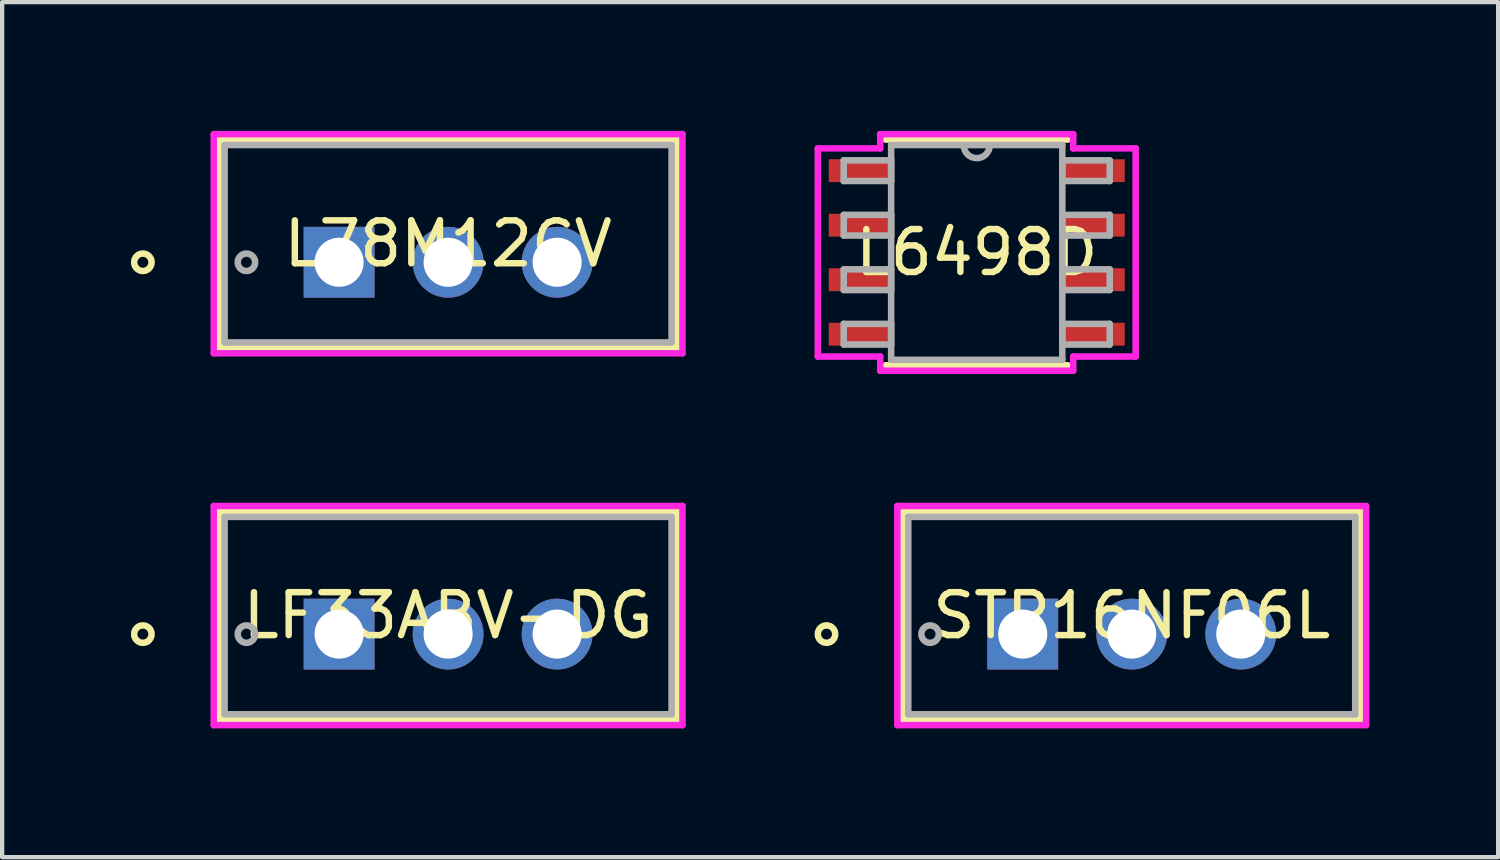
<source format=kicad_pcb>
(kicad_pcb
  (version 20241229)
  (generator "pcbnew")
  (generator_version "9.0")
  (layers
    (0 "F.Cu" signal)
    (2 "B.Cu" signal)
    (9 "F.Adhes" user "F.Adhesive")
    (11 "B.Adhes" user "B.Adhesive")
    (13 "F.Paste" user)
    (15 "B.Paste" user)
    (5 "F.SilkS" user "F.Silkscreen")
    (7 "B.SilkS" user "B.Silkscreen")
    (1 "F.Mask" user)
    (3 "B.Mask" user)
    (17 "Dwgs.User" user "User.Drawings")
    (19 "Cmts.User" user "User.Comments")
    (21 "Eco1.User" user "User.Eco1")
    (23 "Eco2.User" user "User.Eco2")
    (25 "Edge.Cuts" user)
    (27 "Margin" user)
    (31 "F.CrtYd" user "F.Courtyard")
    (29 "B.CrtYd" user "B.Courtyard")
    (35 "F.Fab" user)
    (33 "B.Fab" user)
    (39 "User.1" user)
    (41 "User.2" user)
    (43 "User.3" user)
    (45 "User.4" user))
  (footprint "L6498D"
    (layer "F.Cu")
    (at 19.708 2.832)
    (property "Reference" "L6498D" (at 0 0 0) (layer "F.SilkS") (effects (font (size 1 1) (thickness 0.15))))
    (attr through_hole)
    (fp_line (start -2.121 2.629) (end 2.121 2.629) (stroke (width 0.152) (type solid)) (layer "F.SilkS"))
    (fp_line (start 2.121 -2.629) (end -2.121 -2.629) (stroke (width 0.152) (type solid)) (layer "F.SilkS"))
    (fp_line (start -3.703 -2.425) (end -2.248 -2.425) (stroke (width 0.152) (type solid)) (layer "F.CrtYd"))
    (fp_line (start -3.703 2.425) (end -3.703 -2.425) (stroke (width 0.152) (type solid)) (layer "F.CrtYd"))
    (fp_line (start -2.248 -2.756) (end 2.248 -2.756) (stroke (width 0.152) (type solid)) (layer "F.CrtYd"))
    (fp_line (start -2.248 -2.425) (end -2.248 -2.756) (stroke (width 0.152) (type solid)) (layer "F.CrtYd"))
    (fp_line (start -2.248 2.425) (end -3.703 2.425) (stroke (width 0.152) (type solid)) (layer "F.CrtYd"))
    (fp_line (start -2.248 2.756) (end -2.248 2.425) (stroke (width 0.152) (type solid)) (layer "F.CrtYd"))
    (fp_line (start 2.248 -2.756) (end 2.248 -2.425) (stroke (width 0.152) (type solid)) (layer "F.CrtYd"))
    (fp_line (start 2.248 -2.425) (end 3.703 -2.425) (stroke (width 0.152) (type solid)) (layer "F.CrtYd"))
    (fp_line (start 2.248 2.425) (end 2.248 2.756) (stroke (width 0.152) (type solid)) (layer "F.CrtYd"))
    (fp_line (start 2.248 2.756) (end -2.248 2.756) (stroke (width 0.152) (type solid)) (layer "F.CrtYd"))
    (fp_line (start 3.703 -2.425) (end 3.703 2.425) (stroke (width 0.152) (type solid)) (layer "F.CrtYd"))
    (fp_line (start 3.703 2.425) (end 2.248 2.425) (stroke (width 0.152) (type solid)) (layer "F.CrtYd"))
    (fp_line (start -3.099 -2.146) (end -3.099 -1.664) (stroke (width 0.152) (type solid)) (layer "F.Fab"))
    (fp_line (start -3.099 -1.664) (end -1.994 -1.664) (stroke (width 0.152) (type solid)) (layer "F.Fab"))
    (fp_line (start -3.099 -0.876) (end -3.099 -0.394) (stroke (width 0.152) (type solid)) (layer "F.Fab"))
    (fp_line (start -3.099 -0.394) (end -1.994 -0.394) (stroke (width 0.152) (type solid)) (layer "F.Fab"))
    (fp_line (start -3.099 0.394) (end -3.099 0.876) (stroke (width 0.152) (type solid)) (layer "F.Fab"))
    (fp_line (start -3.099 0.876) (end -1.994 0.876) (stroke (width 0.152) (type solid)) (layer "F.Fab"))
    (fp_line (start -3.099 1.664) (end -3.099 2.146) (stroke (width 0.152) (type solid)) (layer "F.Fab"))
    (fp_line (start -3.099 2.146) (end -1.994 2.146) (stroke (width 0.152) (type solid)) (layer "F.Fab"))
    (fp_line (start -1.994 -2.502) (end -1.994 2.502) (stroke (width 0.152) (type solid)) (layer "F.Fab"))
    (fp_line (start -1.994 -2.146) (end -3.099 -2.146) (stroke (width 0.152) (type solid)) (layer "F.Fab"))
    (fp_line (start -1.994 -1.664) (end -1.994 -2.146) (stroke (width 0.152) (type solid)) (layer "F.Fab"))
    (fp_line (start -1.994 -0.876) (end -3.099 -0.876) (stroke (width 0.152) (type solid)) (layer "F.Fab"))
    (fp_line (start -1.994 -0.394) (end -1.994 -0.876) (stroke (width 0.152) (type solid)) (layer "F.Fab"))
    (fp_line (start -1.994 0.394) (end -3.099 0.394) (stroke (width 0.152) (type solid)) (layer "F.Fab"))
    (fp_line (start -1.994 0.876) (end -1.994 0.394) (stroke (width 0.152) (type solid)) (layer "F.Fab"))
    (fp_line (start -1.994 1.664) (end -3.099 1.664) (stroke (width 0.152) (type solid)) (layer "F.Fab"))
    (fp_line (start -1.994 2.146) (end -1.994 1.664) (stroke (width 0.152) (type solid)) (layer "F.Fab"))
    (fp_line (start -1.994 2.502) (end 1.994 2.502) (stroke (width 0.152) (type solid)) (layer "F.Fab"))
    (fp_line (start 1.994 -2.502) (end -1.994 -2.502) (stroke (width 0.152) (type solid)) (layer "F.Fab"))
    (fp_line (start 1.994 -2.146) (end 1.994 -1.664) (stroke (width 0.152) (type solid)) (layer "F.Fab"))
    (fp_line (start 1.994 -1.664) (end 3.099 -1.664) (stroke (width 0.152) (type solid)) (layer "F.Fab"))
    (fp_line (start 1.994 -0.876) (end 1.994 -0.394) (stroke (width 0.152) (type solid)) (layer "F.Fab"))
    (fp_line (start 1.994 -0.394) (end 3.099 -0.394) (stroke (width 0.152) (type solid)) (layer "F.Fab"))
    (fp_line (start 1.994 0.394) (end 1.994 0.876) (stroke (width 0.152) (type solid)) (layer "F.Fab"))
    (fp_line (start 1.994 0.876) (end 3.099 0.876) (stroke (width 0.152) (type solid)) (layer "F.Fab"))
    (fp_line (start 1.994 1.664) (end 1.994 2.146) (stroke (width 0.152) (type solid)) (layer "F.Fab"))
    (fp_line (start 1.994 2.146) (end 3.099 2.146) (stroke (width 0.152) (type solid)) (layer "F.Fab"))
    (fp_line (start 1.994 2.502) (end 1.994 -2.502) (stroke (width 0.152) (type solid)) (layer "F.Fab"))
    (fp_line (start 3.099 -2.146) (end 1.994 -2.146) (stroke (width 0.152) (type solid)) (layer "F.Fab"))
    (fp_line (start 3.099 -1.664) (end 3.099 -2.146) (stroke (width 0.152) (type solid)) (layer "F.Fab"))
    (fp_line (start 3.099 -0.876) (end 1.994 -0.876) (stroke (width 0.152) (type solid)) (layer "F.Fab"))
    (fp_line (start 3.099 -0.394) (end 3.099 -0.876) (stroke (width 0.152) (type solid)) (layer "F.Fab"))
    (fp_line (start 3.099 0.394) (end 1.994 0.394) (stroke (width 0.152) (type solid)) (layer "F.Fab"))
    (fp_line (start 3.099 0.876) (end 3.099 0.394) (stroke (width 0.152) (type solid)) (layer "F.Fab"))
    (fp_line (start 3.099 1.664) (end 1.994 1.664) (stroke (width 0.152) (type solid)) (layer "F.Fab"))
    (fp_line (start 3.099 2.146) (end 3.099 1.664) (stroke (width 0.152) (type solid)) (layer "F.Fab"))
    (fp_arc (start 0.3048 -2.5019) (mid 0 -2.1971) (end -0.3048 -2.5019) (stroke (width 0.1524) (type solid)) (layer "F.Fab"))
    (pad "1" smd rect (at -2.721 -1.905) (size 1.455 0.533) (layers "F.Cu" "F.Mask" "F.Paste"))
    (pad "2" smd rect (at -2.721 -0.635) (size 1.455 0.533) (layers "F.Cu" "F.Mask" "F.Paste"))
    (pad "3" smd rect (at -2.721 0.635) (size 1.455 0.533) (layers "F.Cu" "F.Mask" "F.Paste"))
    (pad "4" smd rect (at -2.721 1.905) (size 1.455 0.533) (layers "F.Cu" "F.Mask" "F.Paste"))
    (pad "5" smd rect (at 2.721 1.905) (size 1.455 0.533) (layers "F.Cu" "F.Mask" "F.Paste"))
    (pad "6" smd rect (at 2.721 0.635) (size 1.455 0.533) (layers "F.Cu" "F.Mask" "F.Paste"))
    (pad "7" smd rect (at 2.721 -0.635) (size 1.455 0.533) (layers "F.Cu" "F.Mask" "F.Paste"))
    (pad "8" smd rect (at 2.721 -1.905) (size 1.455 0.533) (layers "F.Cu" "F.Mask" "F.Paste")))
  (footprint "L78M12CV"
    (layer "F.Cu")
    (at 4.851 3.061)
    (property "Reference" "L78M12CV" (at 2.54 -0.432 0) (layer "F.SilkS") (effects (font (size 1 1) (thickness 0.15))))
    (attr through_hole)
    (fp_line (start -2.794 -2.857) (end -2.794 1.994) (stroke (width 0.152) (type solid)) (layer "F.SilkS"))
    (fp_line (start -2.794 1.994) (end 7.874 1.994) (stroke (width 0.152) (type solid)) (layer "F.SilkS"))
    (fp_line (start 7.874 -2.857) (end -2.794 -2.857) (stroke (width 0.152) (type solid)) (layer "F.SilkS"))
    (fp_line (start 7.874 1.994) (end 7.874 -2.857) (stroke (width 0.152) (type solid)) (layer "F.SilkS"))
    (fp_circle (center -4.572 0) (end -4.369 0) (stroke (width 0.152) (type solid)) (fill no) (layer "F.SilkS"))
    (fp_line (start -2.921 -2.985) (end 8.001 -2.985) (stroke (width 0.152) (type solid)) (layer "F.CrtYd"))
    (fp_line (start -2.921 2.121) (end -2.921 -2.985) (stroke (width 0.152) (type solid)) (layer "F.CrtYd"))
    (fp_line (start 8.001 -2.985) (end 8.001 2.121) (stroke (width 0.152) (type solid)) (layer "F.CrtYd"))
    (fp_line (start 8.001 2.121) (end -2.921 2.121) (stroke (width 0.152) (type solid)) (layer "F.CrtYd"))
    (fp_line (start -2.667 -2.731) (end -2.667 1.867) (stroke (width 0.152) (type solid)) (layer "F.Fab"))
    (fp_line (start -2.667 1.867) (end 7.747 1.867) (stroke (width 0.152) (type solid)) (layer "F.Fab"))
    (fp_line (start -0.254 0) (end 0.254 0) (stroke (width 0.152) (type solid)) (layer "F.Fab"))
    (fp_line (start 0 0.254) (end 0 -0.254) (stroke (width 0.152) (type solid)) (layer "F.Fab"))
    (fp_line (start 7.747 -2.731) (end -2.667 -2.731) (stroke (width 0.152) (type solid)) (layer "F.Fab"))
    (fp_line (start 7.747 1.867) (end 7.747 -2.731) (stroke (width 0.152) (type solid)) (layer "F.Fab"))
    (fp_circle (center -2.159 0) (end -1.956 0) (stroke (width 0.152) (type solid)) (fill no) (layer "F.Fab"))
    (pad "1" thru_hole rect (at 0 0) (size 1.651 1.651) (drill 1.143) (layers "*.Cu" "*.Mask"))
    (pad "2" thru_hole circle (at 2.54 0) (size 1.651 1.651) (drill 1.143) (layers "*.Cu" "*.Mask"))
    (pad "3" thru_hole circle (at 5.08 0) (size 1.651 1.651) (drill 1.143) (layers "*.Cu" "*.Mask")))
  (footprint "LF33ABV-DG"
    (layer "F.Cu")
    (at 4.851 11.725)
    (property "Reference" "LF33ABV-DG" (at 2.54 -0.432 0) (layer "F.SilkS") (effects (font (size 1 1) (thickness 0.15))))
    (attr through_hole)
    (fp_line (start -2.794 -2.857) (end -2.794 1.994) (stroke (width 0.152) (type solid)) (layer "F.SilkS"))
    (fp_line (start -2.794 1.994) (end 7.874 1.994) (stroke (width 0.152) (type solid)) (layer "F.SilkS"))
    (fp_line (start 7.874 -2.857) (end -2.794 -2.857) (stroke (width 0.152) (type solid)) (layer "F.SilkS"))
    (fp_line (start 7.874 1.994) (end 7.874 -2.857) (stroke (width 0.152) (type solid)) (layer "F.SilkS"))
    (fp_circle (center -4.572 0) (end -4.369 0) (stroke (width 0.152) (type solid)) (fill no) (layer "F.SilkS"))
    (fp_line (start -2.921 -2.985) (end 8.001 -2.985) (stroke (width 0.152) (type solid)) (layer "F.CrtYd"))
    (fp_line (start -2.921 2.121) (end -2.921 -2.985) (stroke (width 0.152) (type solid)) (layer "F.CrtYd"))
    (fp_line (start 8.001 -2.985) (end 8.001 2.121) (stroke (width 0.152) (type solid)) (layer "F.CrtYd"))
    (fp_line (start 8.001 2.121) (end -2.921 2.121) (stroke (width 0.152) (type solid)) (layer "F.CrtYd"))
    (fp_line (start -2.667 -2.731) (end -2.667 1.867) (stroke (width 0.152) (type solid)) (layer "F.Fab"))
    (fp_line (start -2.667 1.867) (end 7.747 1.867) (stroke (width 0.152) (type solid)) (layer "F.Fab"))
    (fp_line (start -0.254 0) (end 0.254 0) (stroke (width 0.152) (type solid)) (layer "F.Fab"))
    (fp_line (start 0 0.254) (end 0 -0.254) (stroke (width 0.152) (type solid)) (layer "F.Fab"))
    (fp_line (start 7.747 -2.731) (end -2.667 -2.731) (stroke (width 0.152) (type solid)) (layer "F.Fab"))
    (fp_line (start 7.747 1.867) (end 7.747 -2.731) (stroke (width 0.152) (type solid)) (layer "F.Fab"))
    (fp_circle (center -2.159 0) (end -1.956 0) (stroke (width 0.152) (type solid)) (fill no) (layer "F.Fab"))
    (pad "1" thru_hole rect (at 0 0) (size 1.651 1.651) (drill 1.143) (layers "*.Cu" "*.Mask"))
    (pad "2" thru_hole circle (at 2.54 0) (size 1.651 1.651) (drill 1.143) (layers "*.Cu" "*.Mask"))
    (pad "3" thru_hole circle (at 5.08 0) (size 1.651 1.651) (drill 1.143) (layers "*.Cu" "*.Mask")))
  (footprint "STP16NF06L"
    (layer "F.Cu")
    (at 20.78 11.725)
    (property "Reference" "STP16NF06L" (at 2.54 -0.432 0) (layer "F.SilkS") (effects (font (size 1 1) (thickness 0.15))))
    (attr through_hole)
    (fp_line (start -2.794 -2.857) (end -2.794 1.994) (stroke (width 0.152) (type solid)) (layer "F.SilkS"))
    (fp_line (start -2.794 1.994) (end 7.874 1.994) (stroke (width 0.152) (type solid)) (layer "F.SilkS"))
    (fp_line (start 7.874 -2.857) (end -2.794 -2.857) (stroke (width 0.152) (type solid)) (layer "F.SilkS"))
    (fp_line (start 7.874 1.994) (end 7.874 -2.857) (stroke (width 0.152) (type solid)) (layer "F.SilkS"))
    (fp_circle (center -4.572 0) (end -4.369 0) (stroke (width 0.152) (type solid)) (fill no) (layer "F.SilkS"))
    (fp_line (start -2.921 -2.985) (end 8.001 -2.985) (stroke (width 0.152) (type solid)) (layer "F.CrtYd"))
    (fp_line (start -2.921 2.121) (end -2.921 -2.985) (stroke (width 0.152) (type solid)) (layer "F.CrtYd"))
    (fp_line (start 8.001 -2.985) (end 8.001 2.121) (stroke (width 0.152) (type solid)) (layer "F.CrtYd"))
    (fp_line (start 8.001 2.121) (end -2.921 2.121) (stroke (width 0.152) (type solid)) (layer "F.CrtYd"))
    (fp_line (start -2.667 -2.731) (end -2.667 1.867) (stroke (width 0.152) (type solid)) (layer "F.Fab"))
    (fp_line (start -2.667 1.867) (end 7.747 1.867) (stroke (width 0.152) (type solid)) (layer "F.Fab"))
    (fp_line (start -0.254 0) (end 0.254 0) (stroke (width 0.152) (type solid)) (layer "F.Fab"))
    (fp_line (start 0 0.254) (end 0 -0.254) (stroke (width 0.152) (type solid)) (layer "F.Fab"))
    (fp_line (start 7.747 -2.731) (end -2.667 -2.731) (stroke (width 0.152) (type solid)) (layer "F.Fab"))
    (fp_line (start 7.747 1.867) (end 7.747 -2.731) (stroke (width 0.152) (type solid)) (layer "F.Fab"))
    (fp_circle (center -2.159 0) (end -1.956 0) (stroke (width 0.152) (type solid)) (fill no) (layer "F.Fab"))
    (pad "1" thru_hole rect (at 0 0) (size 1.651 1.651) (drill 1.143) (layers "*.Cu" "*.Mask"))
    (pad "2" thru_hole circle (at 2.54 0) (size 1.651 1.651) (drill 1.143) (layers "*.Cu" "*.Mask"))
    (pad "3" thru_hole circle (at 5.08 0) (size 1.651 1.651) (drill 1.143) (layers "*.Cu" "*.Mask")))
  (gr_rect
    (start -3 -3)
    (end 31.857 16.922)
    (stroke (width 0.1) (type default))
    (fill no)
    (layer "Edge.Cuts")))
</source>
